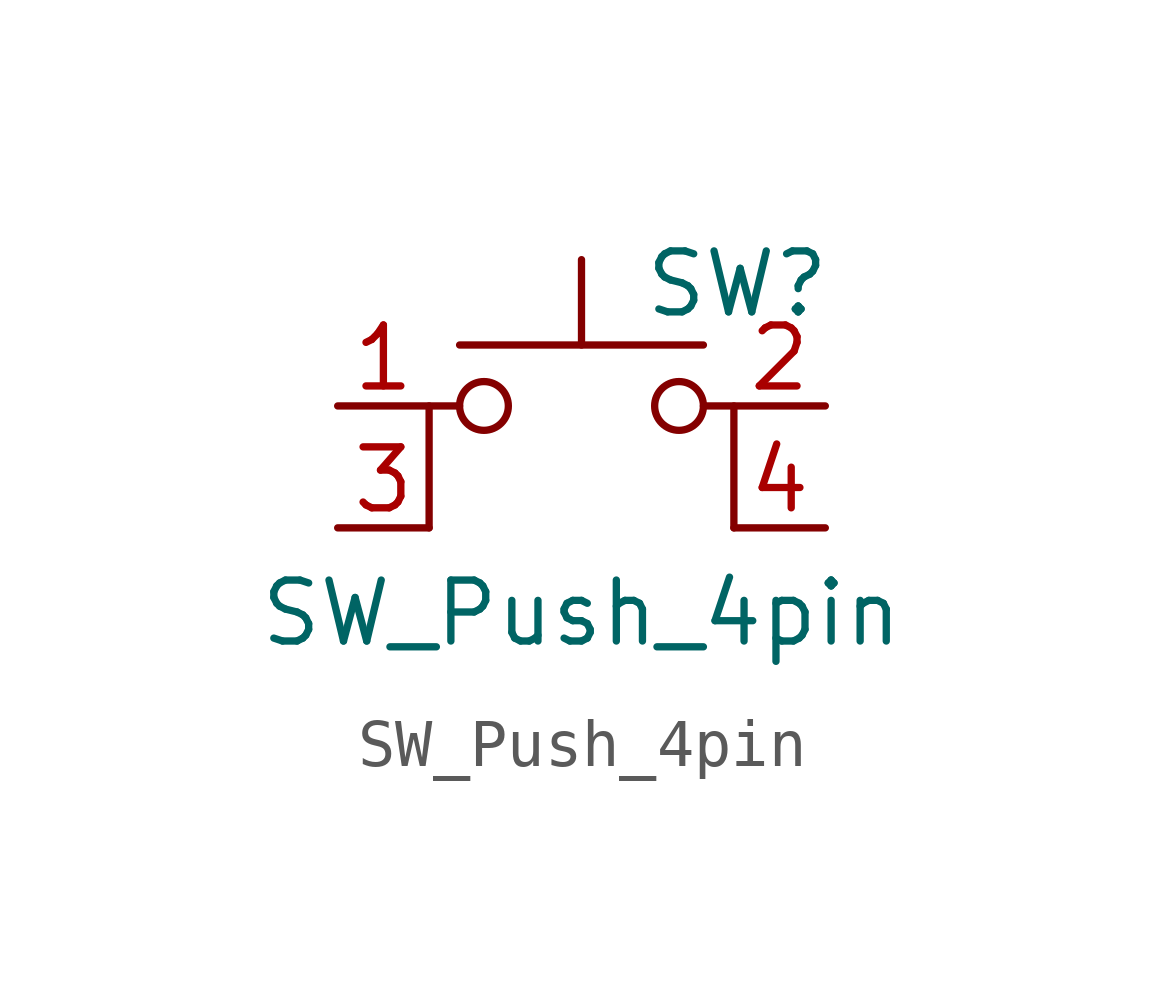
<source format=kicad_sym>
(kicad_symbol_lib
  (version 20211014)
  (generator kicad_symbol_editor)
  (symbol "SW_Push_4pin"
    (pin_names
      (offset 1.016) hide)
    (property "Reference" "SW"
      (at 1.27 2.54 0)
      (effects (font (size 1.27 1.27)) (justify left)))
    (property "Value" "SW_Push_4pin"
      (at 0 -4.318 0)
      (effects (font (size 1.27 1.27))))
    (symbol "SW_Push_4pin_0_1"
      (circle (center -2.032 0) (radius 0.508) (stroke (width 0) (type default) (color 0 0 0 0)) (fill (type none)))
      (polyline (pts (xy 0 1.27) (xy 0 3.048)) (stroke (width 0) (type default) (color 0 0 0 0)) (fill (type none)))
      (polyline (pts (xy 2.54 1.27) (xy -2.54 1.27)) (stroke (width 0) (type default) (color 0 0 0 0)) (fill (type none)))
      (polyline (pts (xy -3.175 -2.54) (xy -3.175 0) (xy -2.54 0)) (stroke (width 0) (type default) (color 0 0 0 0)) (fill (type none)))
      (polyline (pts (xy 3.175 -2.54) (xy 3.175 0) (xy 2.54 0)) (stroke (width 0) (type default) (color 0 0 0 0)) (fill (type none)))
      (circle (center 2.032 0) (radius 0.508) (stroke (width 0) (type default) (color 0 0 0 0)) (fill (type none)))
      (pin passive line (at -5.08 0 0) (length 1.905) (name "1" (effects (font (size 1.27 1.27)))) (number "1" (effects (font (size 1.27 1.27)))))
      (pin passive line (at 5.08 0 180) (length 1.905) (name "2" (effects (font (size 1.27 1.27)))) (number "2" (effects (font (size 1.27 1.27)))))
      (pin passive line (at -5.08 -2.54 0) (length 1.905) (name "3" (effects (font (size 1.27 1.27)))) (number "3" (effects (font (size 1.27 1.27)))))
      (pin passive line (at 5.08 -2.54 180) (length 1.905) (name "4" (effects (font (size 1.27 1.27)))) (number "4" (effects (font (size 1.27 1.27))))))))
</source>
